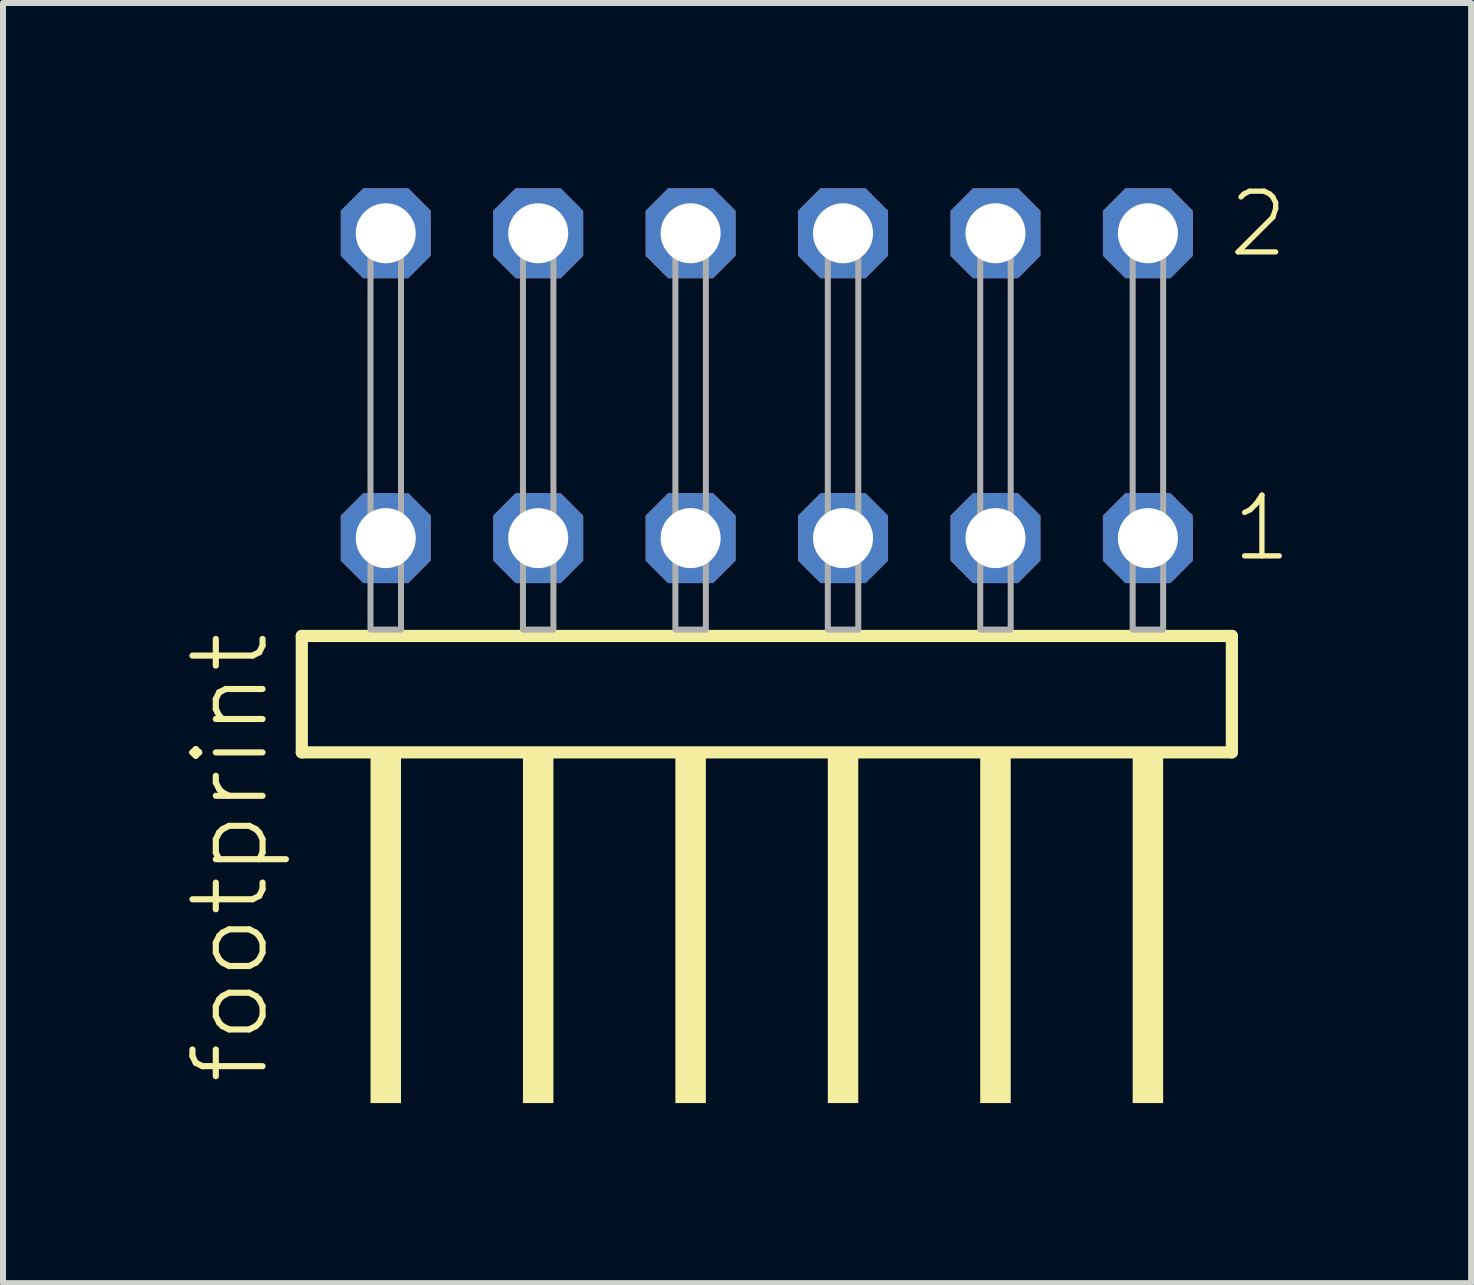
<source format=kicad_pcb>
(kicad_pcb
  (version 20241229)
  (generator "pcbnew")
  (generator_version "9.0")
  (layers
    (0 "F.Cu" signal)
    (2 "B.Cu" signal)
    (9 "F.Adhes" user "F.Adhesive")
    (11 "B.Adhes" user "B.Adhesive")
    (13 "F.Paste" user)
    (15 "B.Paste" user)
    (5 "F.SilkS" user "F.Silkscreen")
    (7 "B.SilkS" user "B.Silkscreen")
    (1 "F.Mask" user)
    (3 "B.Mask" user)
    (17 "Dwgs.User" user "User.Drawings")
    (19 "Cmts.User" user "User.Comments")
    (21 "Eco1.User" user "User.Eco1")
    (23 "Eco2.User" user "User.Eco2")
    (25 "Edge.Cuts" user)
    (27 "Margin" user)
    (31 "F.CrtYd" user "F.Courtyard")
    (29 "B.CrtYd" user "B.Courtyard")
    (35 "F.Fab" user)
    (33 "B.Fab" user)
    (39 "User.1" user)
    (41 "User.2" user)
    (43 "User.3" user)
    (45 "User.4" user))
  (footprint "footprint"
    (layer "F.Cu")
    (at 9.728 7.441)
    (property "Reference" "footprint" (at -8.255 7.62 90) (layer "F.SilkS") (effects (font (size 1.168 1.168) (thickness 0.102)) (justify left bottom)))
    (fp_line (start -7.749 0.106) (end -7.749 2.046) (stroke (width 0.203) (type solid)) (layer "F.SilkS"))
    (fp_line (start -7.749 2.046) (end 7.749 2.046) (stroke (width 0.203) (type solid)) (layer "F.SilkS"))
    (fp_line (start 7.749 0.106) (end -7.749 0.106) (stroke (width 0.203) (type solid)) (layer "F.SilkS"))
    (fp_line (start 7.749 2.046) (end 7.749 0.106) (stroke (width 0.203) (type solid)) (layer "F.SilkS"))
    (fp_poly (pts (xy -6.604 7.89) (xy -6.096 7.89) (xy -6.096 2.04) (xy -6.604 2.04)) (stroke (width 0) (type solid)) (fill yes) (layer "F.SilkS"))
    (fp_poly (pts (xy -4.064 7.89) (xy -3.556 7.89) (xy -3.556 2.04) (xy -4.064 2.04)) (stroke (width 0) (type solid)) (fill yes) (layer "F.SilkS"))
    (fp_poly (pts (xy -1.524 7.89) (xy -1.016 7.89) (xy -1.016 2.04) (xy -1.524 2.04)) (stroke (width 0) (type solid)) (fill yes) (layer "F.SilkS"))
    (fp_poly (pts (xy 1.016 7.89) (xy 1.524 7.89) (xy 1.524 2.04) (xy 1.016 2.04)) (stroke (width 0) (type solid)) (fill yes) (layer "F.SilkS"))
    (fp_poly (pts (xy 3.556 7.89) (xy 4.064 7.89) (xy 4.064 2.04) (xy 3.556 2.04)) (stroke (width 0) (type solid)) (fill yes) (layer "F.SilkS"))
    (fp_poly (pts (xy 6.096 7.89) (xy 6.604 7.89) (xy 6.604 2.04) (xy 6.096 2.04)) (stroke (width 0) (type solid)) (fill yes) (layer "F.SilkS"))
    (fp_poly (pts (xy -6.604 0) (xy -6.096 0) (xy -6.096 -6.858) (xy -6.604 -6.858)) (stroke (width 0.1) (type solid)) (fill no) (layer "F.Fab"))
    (fp_poly (pts (xy -4.064 0) (xy -3.556 0) (xy -3.556 -6.858) (xy -4.064 -6.858)) (stroke (width 0.1) (type solid)) (fill no) (layer "F.Fab"))
    (fp_poly (pts (xy -1.524 0) (xy -1.016 0) (xy -1.016 -6.858) (xy -1.524 -6.858)) (stroke (width 0.1) (type solid)) (fill no) (layer "F.Fab"))
    (fp_poly (pts (xy 1.016 0) (xy 1.524 0) (xy 1.524 -6.858) (xy 1.016 -6.858)) (stroke (width 0.1) (type solid)) (fill no) (layer "F.Fab"))
    (fp_poly (pts (xy 3.556 0) (xy 4.064 0) (xy 4.064 -6.858) (xy 3.556 -6.858)) (stroke (width 0.1) (type solid)) (fill no) (layer "F.Fab"))
    (fp_poly (pts (xy 6.096 0) (xy 6.604 0) (xy 6.604 -6.858) (xy 6.096 -6.858)) (stroke (width 0.1) (type solid)) (fill no) (layer "F.Fab"))
    (fp_text user "1" (at 7.71 -1.1 0) (layer "F.SilkS") (effects (font (size 1.012 1.012) (thickness 0.088)) (justify left bottom)))
    (fp_text user "2" (at 7.65 -6.165 0) (layer "F.SilkS") (effects (font (size 1.012 1.012) (thickness 0.088)) (justify left bottom)))
    (pad "1" thru_hole roundrect (at 6.35 -1.524 180) (size 1.5 1.5) (drill 1) (layers "*.Cu" "*.Mask") (roundrect_rratio 0.25) (chamfer_ratio 0.25) (chamfer top_left top_right bottom_left bottom_right))
    (pad "2" thru_hole roundrect (at 6.35 -6.604 180) (size 1.5 1.5) (drill 1) (layers "*.Cu" "*.Mask") (roundrect_rratio 0.25) (chamfer_ratio 0.25) (chamfer top_left top_right bottom_left bottom_right))
    (pad "3" thru_hole roundrect (at 3.81 -1.524 180) (size 1.5 1.5) (drill 1) (layers "*.Cu" "*.Mask") (roundrect_rratio 0.25) (chamfer_ratio 0.25) (chamfer top_left top_right bottom_left bottom_right))
    (pad "4" thru_hole roundrect (at 3.81 -6.604 180) (size 1.5 1.5) (drill 1) (layers "*.Cu" "*.Mask") (roundrect_rratio 0.25) (chamfer_ratio 0.25) (chamfer top_left top_right bottom_left bottom_right))
    (pad "5" thru_hole roundrect (at 1.27 -1.524 180) (size 1.5 1.5) (drill 1) (layers "*.Cu" "*.Mask") (roundrect_rratio 0.25) (chamfer_ratio 0.25) (chamfer top_left top_right bottom_left bottom_right))
    (pad "6" thru_hole roundrect (at 1.27 -6.604 180) (size 1.5 1.5) (drill 1) (layers "*.Cu" "*.Mask") (roundrect_rratio 0.25) (chamfer_ratio 0.25) (chamfer top_left top_right bottom_left bottom_right))
    (pad "7" thru_hole roundrect (at -1.27 -1.524 180) (size 1.5 1.5) (drill 1) (layers "*.Cu" "*.Mask") (roundrect_rratio 0.25) (chamfer_ratio 0.25) (chamfer top_left top_right bottom_left bottom_right))
    (pad "8" thru_hole roundrect (at -1.27 -6.604 180) (size 1.5 1.5) (drill 1) (layers "*.Cu" "*.Mask") (roundrect_rratio 0.25) (chamfer_ratio 0.25) (chamfer top_left top_right bottom_left bottom_right))
    (pad "9" thru_hole roundrect (at -3.81 -1.524 180) (size 1.5 1.5) (drill 1) (layers "*.Cu" "*.Mask") (roundrect_rratio 0.25) (chamfer_ratio 0.25) (chamfer top_left top_right bottom_left bottom_right))
    (pad "10" thru_hole roundrect (at -3.81 -6.604 180) (size 1.5 1.5) (drill 1) (layers "*.Cu" "*.Mask") (roundrect_rratio 0.25) (chamfer_ratio 0.25) (chamfer top_left top_right bottom_left bottom_right))
    (pad "11" thru_hole roundrect (at -6.35 -1.524 180) (size 1.5 1.5) (drill 1) (layers "*.Cu" "*.Mask") (roundrect_rratio 0.25) (chamfer_ratio 0.25) (chamfer top_left top_right bottom_left bottom_right))
    (pad "12" thru_hole roundrect (at -6.35 -6.604 180) (size 1.5 1.5) (drill 1) (layers "*.Cu" "*.Mask") (roundrect_rratio 0.25) (chamfer_ratio 0.25) (chamfer top_left top_right bottom_left bottom_right)))
  (gr_rect
    (start -3 -3)
    (end 21.464 18.331)
    (stroke (width 0.1) (type default))
    (fill no)
    (layer "Edge.Cuts")))
</source>
